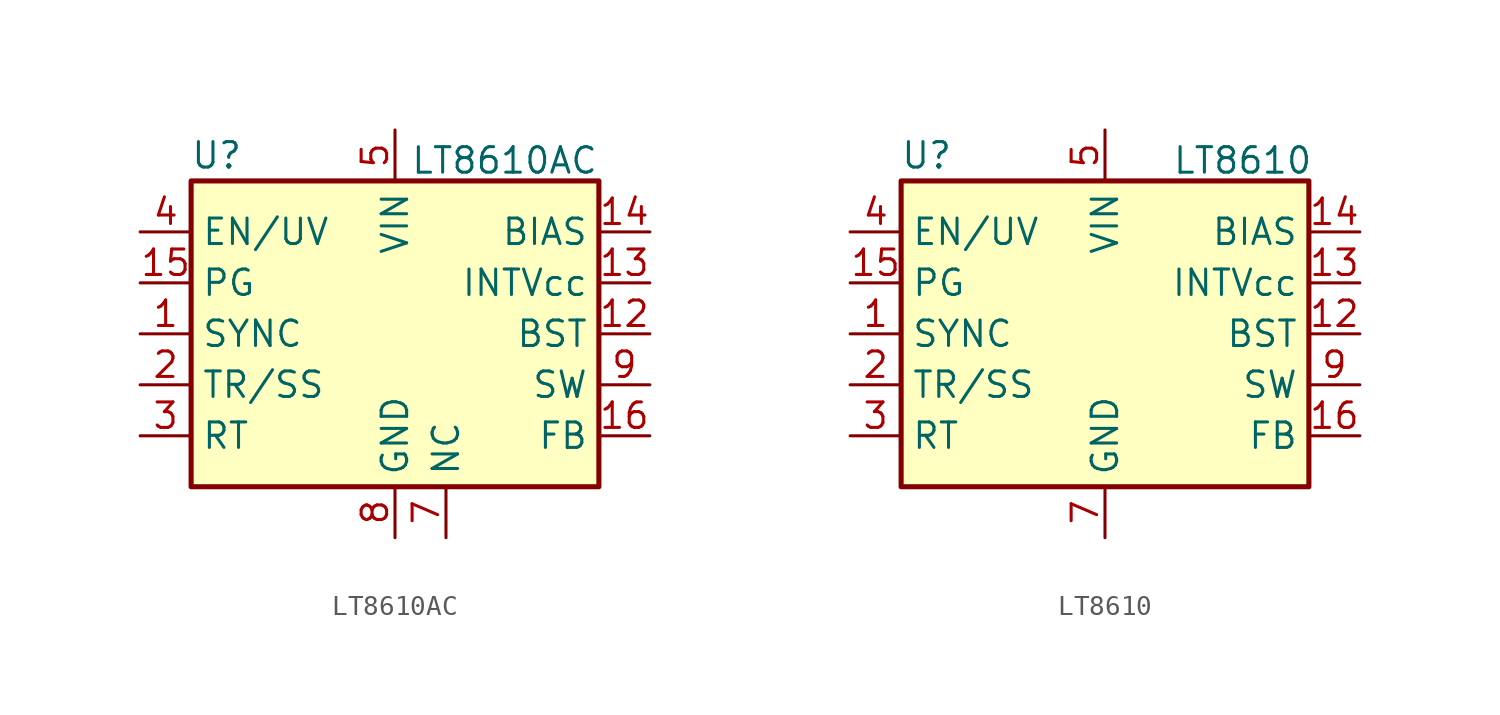
<source format=kicad_sym>
(kicad_symbol_lib
  (version 20220914)
  (generator kicad_symbol_editor)
  (symbol "LT8610AC"
    (property "Reference" "U"
      (at -8.89 8.89 0)
      (effects (font (size 1.27 1.27))))
    (property "Value" "LT8610AC"
      (at 0.762 8.636 0)
      (effects (font (size 1.27 1.27)) (justify left)))
    (symbol "LT8610AC_0_1"
      (rectangle (start -10.16 7.62) (end 10.16 -7.62) (stroke (width 0.254) (type default)) (fill (type background))))
    (symbol "LT8610AC_1_1"
      (pin input line (at -12.7 0 0) (length 2.54) (name "SYNC" (effects (font (size 1.27 1.27)))) (number "1" (effects (font (size 1.27 1.27)))))
      (pin passive line (at 12.7 -2.54 180) (length 2.54) hide (name "SW" (effects (font (size 1.27 1.27)))) (number "10" (effects (font (size 1.27 1.27)))))
      (pin passive line (at 12.7 -2.54 180) (length 2.54) hide (name "SW" (effects (font (size 1.27 1.27)))) (number "11" (effects (font (size 1.27 1.27)))))
      (pin input line (at 12.7 0 180) (length 2.54) (name "BST" (effects (font (size 1.27 1.27)))) (number "12" (effects (font (size 1.27 1.27)))))
      (pin passive line (at 12.7 2.54 180) (length 2.54) (name "INTVcc" (effects (font (size 1.27 1.27)))) (number "13" (effects (font (size 1.27 1.27)))))
      (pin input line (at 12.7 5.08 180) (length 2.54) (name "BIAS" (effects (font (size 1.27 1.27)))) (number "14" (effects (font (size 1.27 1.27)))))
      (pin open_collector line (at -12.7 2.54 0) (length 2.54) (name "PG" (effects (font (size 1.27 1.27)))) (number "15" (effects (font (size 1.27 1.27)))))
      (pin input line (at 12.7 -5.08 180) (length 2.54) (name "FB" (effects (font (size 1.27 1.27)))) (number "16" (effects (font (size 1.27 1.27)))))
      (pin passive line (at 0 -10.16 90) (length 2.54) hide (name "GND" (effects (font (size 1.27 1.27)))) (number "17" (effects (font (size 1.27 1.27)))))
      (pin input line (at -12.7 -2.54 0) (length 2.54) (name "TR/SS" (effects (font (size 1.27 1.27)))) (number "2" (effects (font (size 1.27 1.27)))))
      (pin passive line (at -12.7 -5.08 0) (length 2.54) (name "RT" (effects (font (size 1.27 1.27)))) (number "3" (effects (font (size 1.27 1.27)))))
      (pin input line (at -12.7 5.08 0) (length 2.54) (name "EN/UV" (effects (font (size 1.27 1.27)))) (number "4" (effects (font (size 1.27 1.27)))))
      (pin power_in line (at 0 10.16 270) (length 2.54) (name "VIN" (effects (font (size 1.27 1.27)))) (number "5" (effects (font (size 1.27 1.27)))))
      (pin passive line (at 0 10.16 270) (length 2.54) hide (name "VIN" (effects (font (size 1.27 1.27)))) (number "6" (effects (font (size 1.27 1.27)))))
      (pin passive line (at 2.54 -10.16 90) (length 2.54) (name "NC" (effects (font (size 1.27 1.27)))) (number "7" (effects (font (size 1.27 1.27)))))
      (pin power_in line (at 0 -10.16 90) (length 2.54) (name "GND" (effects (font (size 1.27 1.27)))) (number "8" (effects (font (size 1.27 1.27)))))
      (pin output line (at 12.7 -2.54 180) (length 2.54) (name "SW" (effects (font (size 1.27 1.27)))) (number "9" (effects (font (size 1.27 1.27)))))))
  (symbol "LT8610"
    (property "Reference" "U"
      (at -8.89 8.89 0)
      (effects (font (size 1.27 1.27))))
    (property "Value" "LT8610"
      (at 6.858 8.636 0)
      (effects (font (size 1.27 1.27))))
    (symbol "LT8610_0_1"
      (rectangle (start -10.16 7.62) (end 10.16 -7.62) (stroke (width 0.254) (type default)) (fill (type background))))
    (symbol "LT8610_1_1"
      (pin input line (at -12.7 0 0) (length 2.54) (name "SYNC" (effects (font (size 1.27 1.27)))) (number "1" (effects (font (size 1.27 1.27)))))
      (pin passive line (at 12.7 -2.54 180) (length 2.54) hide (name "SW" (effects (font (size 1.27 1.27)))) (number "10" (effects (font (size 1.27 1.27)))))
      (pin passive line (at 12.7 -2.54 180) (length 2.54) hide (name "SW" (effects (font (size 1.27 1.27)))) (number "11" (effects (font (size 1.27 1.27)))))
      (pin input line (at 12.7 0 180) (length 2.54) (name "BST" (effects (font (size 1.27 1.27)))) (number "12" (effects (font (size 1.27 1.27)))))
      (pin passive line (at 12.7 2.54 180) (length 2.54) (name "INTVcc" (effects (font (size 1.27 1.27)))) (number "13" (effects (font (size 1.27 1.27)))))
      (pin input line (at 12.7 5.08 180) (length 2.54) (name "BIAS" (effects (font (size 1.27 1.27)))) (number "14" (effects (font (size 1.27 1.27)))))
      (pin open_collector line (at -12.7 2.54 0) (length 2.54) (name "PG" (effects (font (size 1.27 1.27)))) (number "15" (effects (font (size 1.27 1.27)))))
      (pin input line (at 12.7 -5.08 180) (length 2.54) (name "FB" (effects (font (size 1.27 1.27)))) (number "16" (effects (font (size 1.27 1.27)))))
      (pin passive line (at 0 -10.16 90) (length 2.54) hide (name "GND" (effects (font (size 1.27 1.27)))) (number "17" (effects (font (size 1.27 1.27)))))
      (pin input line (at -12.7 -2.54 0) (length 2.54) (name "TR/SS" (effects (font (size 1.27 1.27)))) (number "2" (effects (font (size 1.27 1.27)))))
      (pin passive line (at -12.7 -5.08 0) (length 2.54) (name "RT" (effects (font (size 1.27 1.27)))) (number "3" (effects (font (size 1.27 1.27)))))
      (pin input line (at -12.7 5.08 0) (length 2.54) (name "EN/UV" (effects (font (size 1.27 1.27)))) (number "4" (effects (font (size 1.27 1.27)))))
      (pin power_in line (at 0 10.16 270) (length 2.54) (name "VIN" (effects (font (size 1.27 1.27)))) (number "5" (effects (font (size 1.27 1.27)))))
      (pin passive line (at 0 10.16 270) (length 2.54) hide (name "VIN" (effects (font (size 1.27 1.27)))) (number "6" (effects (font (size 1.27 1.27)))))
      (pin power_in line (at 0 -10.16 90) (length 2.54) (name "GND" (effects (font (size 1.27 1.27)))) (number "7" (effects (font (size 1.27 1.27)))))
      (pin passive line (at 0 -10.16 90) (length 2.54) hide (name "GND" (effects (font (size 1.27 1.27)))) (number "8" (effects (font (size 1.27 1.27)))))
      (pin output line (at 12.7 -2.54 180) (length 2.54) (name "SW" (effects (font (size 1.27 1.27)))) (number "9" (effects (font (size 1.27 1.27))))))))
</source>
